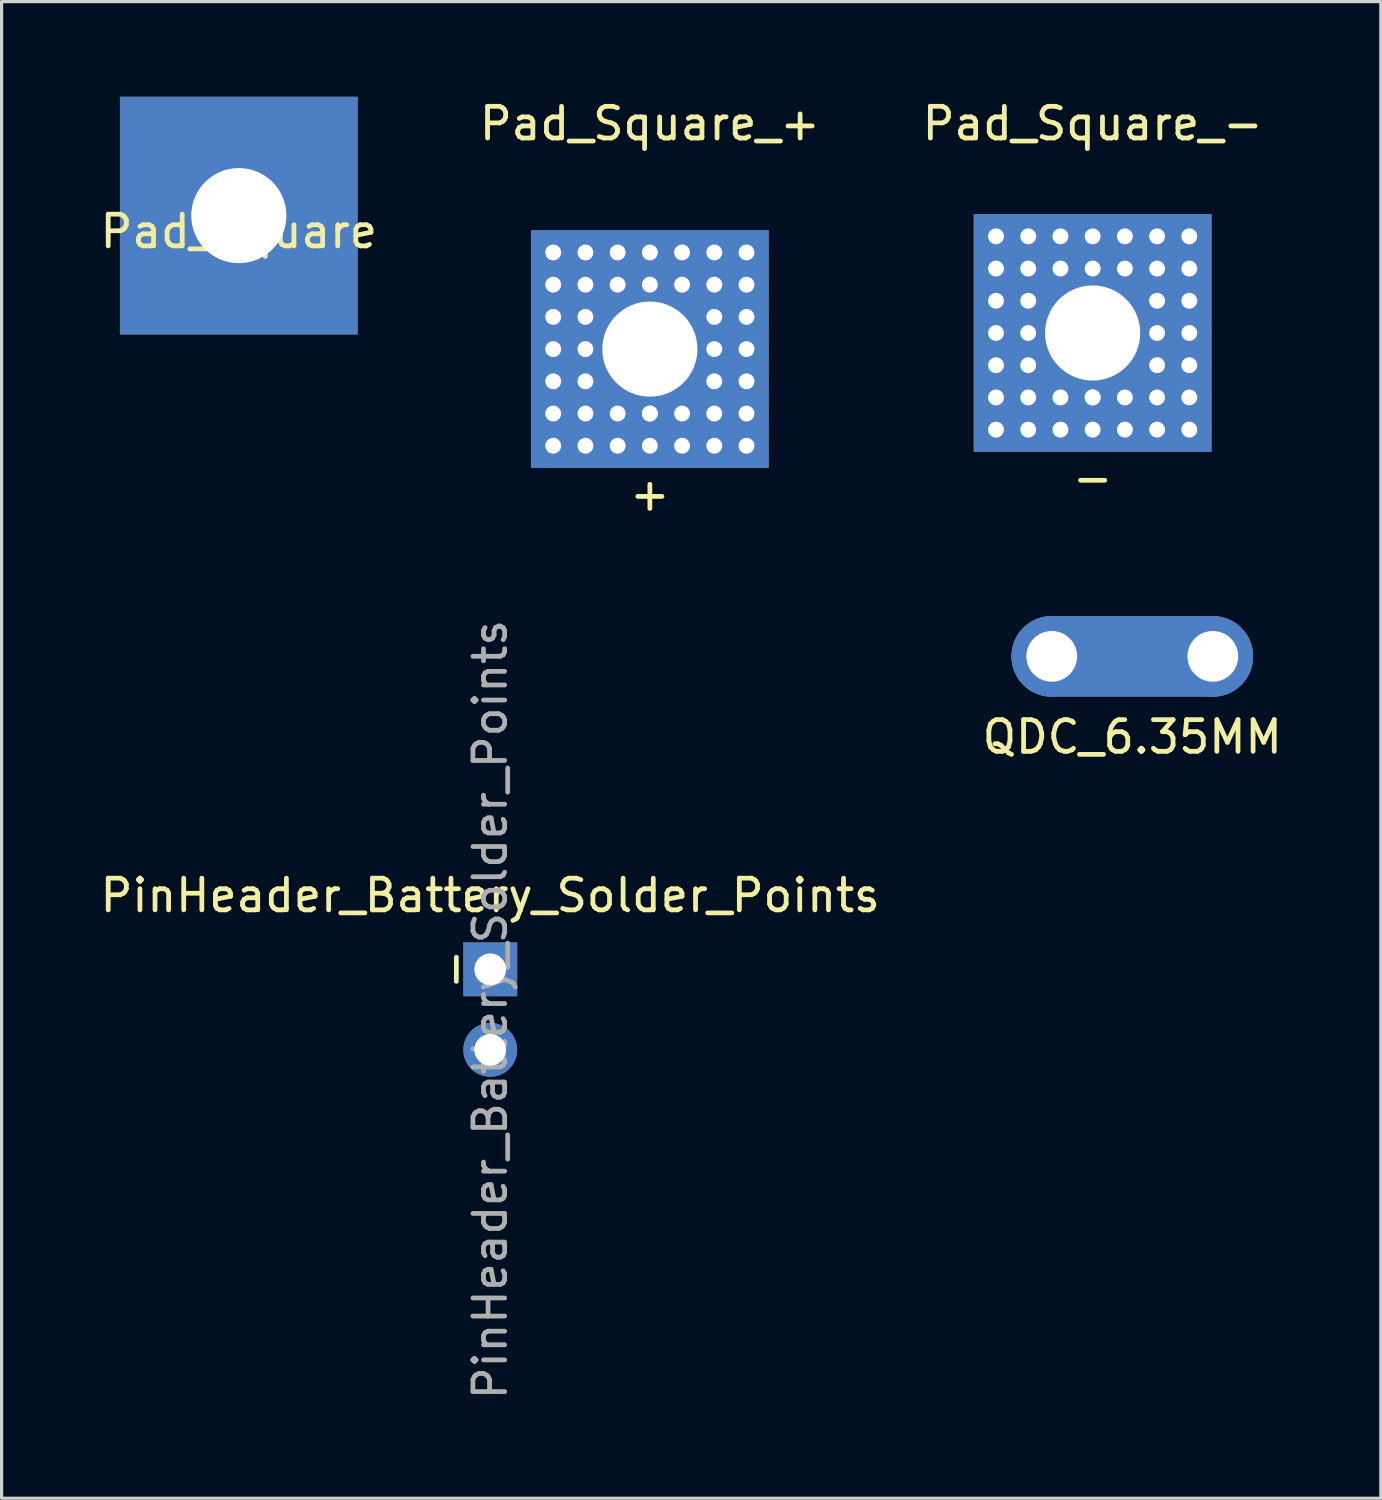
<source format=kicad_pcb>
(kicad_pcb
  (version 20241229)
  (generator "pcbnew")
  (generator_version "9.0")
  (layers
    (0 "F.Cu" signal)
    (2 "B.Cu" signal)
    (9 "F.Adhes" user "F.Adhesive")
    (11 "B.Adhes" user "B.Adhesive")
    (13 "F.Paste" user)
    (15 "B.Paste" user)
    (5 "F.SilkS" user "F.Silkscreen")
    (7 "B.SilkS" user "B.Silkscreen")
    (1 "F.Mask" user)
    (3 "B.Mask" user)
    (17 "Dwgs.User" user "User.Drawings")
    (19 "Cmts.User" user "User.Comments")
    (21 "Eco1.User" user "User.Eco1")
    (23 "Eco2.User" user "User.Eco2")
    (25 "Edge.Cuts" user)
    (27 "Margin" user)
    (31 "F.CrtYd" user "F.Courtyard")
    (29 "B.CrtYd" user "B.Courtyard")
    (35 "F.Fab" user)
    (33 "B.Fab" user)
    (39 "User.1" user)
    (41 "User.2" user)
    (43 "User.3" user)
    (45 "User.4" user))
  (footprint "Pad_Square"
    (layer "F.Cu")
    (at 4.482 3.75)
    (property "Reference" "Pad_Square" (at 0 0.5 0) (layer "F.SilkS") (effects (font (size 1 1) (thickness 0.15))))
    (attr through_hole)
    (pad "1" thru_hole rect (at 0 0) (size 7.5 7.5) (drill 3) (layers "*.Cu" "*.Mask")))
  (footprint "Pad_Square_-"
    (layer "F.Cu")
    (at 31.411 7.452)
    (property "Reference" "Pad_Square_-" (at 0 -6.604 0) (layer "F.SilkS") (effects (font (size 1 1) (thickness 0.15))))
    (attr through_hole)
    (fp_text user "-" (at 0 4.572 0) (layer "F.SilkS") (effects (font (size 1 1) (thickness 0.15))))
    (pad "1" thru_hole circle (at -3.048 -3.048) (size 0.75 0.75) (drill 0.5) (layers "*.Cu" "*.Mask"))
    (pad "1" thru_hole circle (at -3.048 -2.032) (size 0.75 0.75) (drill 0.5) (layers "*.Cu" "*.Mask"))
    (pad "1" thru_hole circle (at -3.048 -1.016) (size 0.75 0.75) (drill 0.5) (layers "*.Cu" "*.Mask"))
    (pad "1" thru_hole circle (at -3.048 0) (size 0.75 0.75) (drill 0.5) (layers "*.Cu" "*.Mask"))
    (pad "1" thru_hole circle (at -3.048 1.016) (size 0.75 0.75) (drill 0.5) (layers "*.Cu" "*.Mask"))
    (pad "1" thru_hole circle (at -3.048 2.032) (size 0.75 0.75) (drill 0.5) (layers "*.Cu" "*.Mask"))
    (pad "1" thru_hole circle (at -3.048 3.048) (size 0.75 0.75) (drill 0.5) (layers "*.Cu" "*.Mask"))
    (pad "1" thru_hole circle (at -2.032 -3.048) (size 0.75 0.75) (drill 0.5) (layers "*.Cu" "*.Mask"))
    (pad "1" thru_hole circle (at -2.032 -2.032) (size 0.75 0.75) (drill 0.5) (layers "*.Cu" "*.Mask"))
    (pad "1" thru_hole circle (at -2.032 -1.016) (size 0.75 0.75) (drill 0.5) (layers "*.Cu" "*.Mask"))
    (pad "1" thru_hole circle (at -2.032 0) (size 0.75 0.75) (drill 0.5) (layers "*.Cu" "*.Mask"))
    (pad "1" thru_hole circle (at -2.032 1.016) (size 0.75 0.75) (drill 0.5) (layers "*.Cu" "*.Mask"))
    (pad "1" thru_hole circle (at -2.032 2.032) (size 0.75 0.75) (drill 0.5) (layers "*.Cu" "*.Mask"))
    (pad "1" thru_hole circle (at -2.032 3.048) (size 0.75 0.75) (drill 0.5) (layers "*.Cu" "*.Mask"))
    (pad "1" thru_hole circle (at -1.016 -3.048) (size 0.75 0.75) (drill 0.5) (layers "*.Cu" "*.Mask"))
    (pad "1" thru_hole circle (at -1.016 -2.032) (size 0.75 0.75) (drill 0.5) (layers "*.Cu" "*.Mask"))
    (pad "1" thru_hole circle (at -1.016 2.032) (size 0.75 0.75) (drill 0.5) (layers "*.Cu" "*.Mask"))
    (pad "1" thru_hole circle (at -1.016 3.048) (size 0.75 0.75) (drill 0.5) (layers "*.Cu" "*.Mask"))
    (pad "1" thru_hole circle (at 0 -3.048) (size 0.75 0.75) (drill 0.5) (layers "*.Cu" "*.Mask"))
    (pad "1" thru_hole circle (at 0 -2.032) (size 0.75 0.75) (drill 0.5) (layers "*.Cu" "*.Mask"))
    (pad "1" thru_hole rect (at 0 0) (size 7.5 7.5) (drill 3) (layers "*.Cu" "*.Mask"))
    (pad "1" thru_hole circle (at 0 2.032) (size 0.75 0.75) (drill 0.5) (layers "*.Cu" "*.Mask"))
    (pad "1" thru_hole circle (at 0 2.032) (size 0.75 0.75) (drill 0.5) (layers "*.Cu" "*.Mask"))
    (pad "1" thru_hole circle (at 0 3.048) (size 0.75 0.75) (drill 0.5) (layers "*.Cu" "*.Mask"))
    (pad "1" thru_hole circle (at 1.016 -3.048) (size 0.75 0.75) (drill 0.5) (layers "*.Cu" "*.Mask"))
    (pad "1" thru_hole circle (at 1.016 -2.032) (size 0.75 0.75) (drill 0.5) (layers "*.Cu" "*.Mask"))
    (pad "1" thru_hole circle (at 1.016 2.032) (size 0.75 0.75) (drill 0.5) (layers "*.Cu" "*.Mask"))
    (pad "1" thru_hole circle (at 1.016 3.048) (size 0.75 0.75) (drill 0.5) (layers "*.Cu" "*.Mask"))
    (pad "1" thru_hole circle (at 2.032 -3.048) (size 0.75 0.75) (drill 0.5) (layers "*.Cu" "*.Mask"))
    (pad "1" thru_hole circle (at 2.032 -2.032) (size 0.75 0.75) (drill 0.5) (layers "*.Cu" "*.Mask"))
    (pad "1" thru_hole circle (at 2.032 -1.016) (size 0.75 0.75) (drill 0.5) (layers "*.Cu" "*.Mask"))
    (pad "1" thru_hole circle (at 2.032 0) (size 0.75 0.75) (drill 0.5) (layers "*.Cu" "*.Mask"))
    (pad "1" thru_hole circle (at 2.032 1.016) (size 0.75 0.75) (drill 0.5) (layers "*.Cu" "*.Mask"))
    (pad "1" thru_hole circle (at 2.032 2.032) (size 0.75 0.75) (drill 0.5) (layers "*.Cu" "*.Mask"))
    (pad "1" thru_hole circle (at 2.032 3.048) (size 0.75 0.75) (drill 0.5) (layers "*.Cu" "*.Mask"))
    (pad "1" thru_hole circle (at 3.048 -3.048) (size 0.75 0.75) (drill 0.5) (layers "*.Cu" "*.Mask"))
    (pad "1" thru_hole circle (at 3.048 -2.032) (size 0.75 0.75) (drill 0.5) (layers "*.Cu" "*.Mask"))
    (pad "1" thru_hole circle (at 3.048 -1.016) (size 0.75 0.75) (drill 0.5) (layers "*.Cu" "*.Mask"))
    (pad "1" thru_hole circle (at 3.048 0) (size 0.75 0.75) (drill 0.5) (layers "*.Cu" "*.Mask"))
    (pad "1" thru_hole circle (at 3.048 1.016) (size 0.75 0.75) (drill 0.5) (layers "*.Cu" "*.Mask"))
    (pad "1" thru_hole circle (at 3.048 2.032) (size 0.75 0.75) (drill 0.5) (layers "*.Cu" "*.Mask"))
    (pad "1" thru_hole circle (at 3.048 3.048) (size 0.75 0.75) (drill 0.5) (layers "*.Cu" "*.Mask")))
  (footprint "PinHeader_Battery_Solder_Points"
    (layer "F.Cu")
    (at 12.411 27.521)
    (property "Reference" "PinHeader_Battery_Solder_Points" (at 0 -2.33 0) (layer "F.SilkS") (effects (font (size 1 1) (thickness 0.15))))
    (attr through_hole)
    (fp_text user "-" (at -1.143 0 270) (layer "F.SilkS") (effects (font (size 1 1) (thickness 0.15))))
    (fp_text user "${REFERENCE}" (at 0 1.27 270) (layer "F.Fab") (effects (font (size 1 1) (thickness 0.15))))
    (pad "1" thru_hole rect (at 0 0) (size 1.7 1.7) (drill 1) (layers "*.Cu" "*.Mask"))
    (pad "2" thru_hole oval (at 0 2.54) (size 1.7 1.7) (drill 1) (layers "*.Cu" "*.Mask")))
  (footprint "QDC_6.35MM"
    (layer "F.Cu")
    (at 32.661 17.651)
    (property "Reference" "QDC_6.35MM" (at 0 2.54 0) (layer "F.SilkS") (effects (font (size 1 1) (thickness 0.15))))
    (attr through_hole)
    (pad "1" thru_hole circle (at -2.54 0) (size 2.54 2.54) (drill 1.6) (layers "*.Cu" "*.Mask"))
    (pad "1" connect oval (at 0 0) (size 7.62 2.54) (layers "F.Cu"))
    (pad "1" connect oval (at 0 0) (size 7.62 2.54) (layers "B.Cu"))
    (pad "1" thru_hole circle (at 2.54 0) (size 2.54 2.54) (drill 1.6) (layers "*.Cu" "*.Mask")))
  (footprint "Pad_Square_+"
    (layer "F.Cu")
    (at 17.446 7.96)
    (property "Reference" "Pad_Square_+" (at 0 -7.112 0) (layer "F.SilkS") (effects (font (size 1 1) (thickness 0.15))))
    (attr through_hole)
    (fp_text user "+" (at 0 4.572 0) (layer "F.SilkS") (effects (font (size 1 1) (thickness 0.15))))
    (pad "1" thru_hole circle (at -3.048 -3.048) (size 0.75 0.75) (drill 0.5) (layers "*.Cu" "*.Mask"))
    (pad "1" thru_hole circle (at -3.048 -2.032) (size 0.75 0.75) (drill 0.5) (layers "*.Cu" "*.Mask"))
    (pad "1" thru_hole circle (at -3.048 -1.016) (size 0.75 0.75) (drill 0.5) (layers "*.Cu" "*.Mask"))
    (pad "1" thru_hole circle (at -3.048 0) (size 0.75 0.75) (drill 0.5) (layers "*.Cu" "*.Mask"))
    (pad "1" thru_hole circle (at -3.048 1.016) (size 0.75 0.75) (drill 0.5) (layers "*.Cu" "*.Mask"))
    (pad "1" thru_hole circle (at -3.048 2.032) (size 0.75 0.75) (drill 0.5) (layers "*.Cu" "*.Mask"))
    (pad "1" thru_hole circle (at -3.048 3.048) (size 0.75 0.75) (drill 0.5) (layers "*.Cu" "*.Mask"))
    (pad "1" thru_hole circle (at -2.032 -3.048) (size 0.75 0.75) (drill 0.5) (layers "*.Cu" "*.Mask"))
    (pad "1" thru_hole circle (at -2.032 -2.032) (size 0.75 0.75) (drill 0.5) (layers "*.Cu" "*.Mask"))
    (pad "1" thru_hole circle (at -2.032 -1.016) (size 0.75 0.75) (drill 0.5) (layers "*.Cu" "*.Mask"))
    (pad "1" thru_hole circle (at -2.032 0) (size 0.75 0.75) (drill 0.5) (layers "*.Cu" "*.Mask"))
    (pad "1" thru_hole circle (at -2.032 1.016) (size 0.75 0.75) (drill 0.5) (layers "*.Cu" "*.Mask"))
    (pad "1" thru_hole circle (at -2.032 2.032) (size 0.75 0.75) (drill 0.5) (layers "*.Cu" "*.Mask"))
    (pad "1" thru_hole circle (at -2.032 3.048) (size 0.75 0.75) (drill 0.5) (layers "*.Cu" "*.Mask"))
    (pad "1" thru_hole circle (at -1.016 -3.048) (size 0.75 0.75) (drill 0.5) (layers "*.Cu" "*.Mask"))
    (pad "1" thru_hole circle (at -1.016 -2.032) (size 0.75 0.75) (drill 0.5) (layers "*.Cu" "*.Mask"))
    (pad "1" thru_hole circle (at -1.016 2.032) (size 0.75 0.75) (drill 0.5) (layers "*.Cu" "*.Mask"))
    (pad "1" thru_hole circle (at -1.016 3.048) (size 0.75 0.75) (drill 0.5) (layers "*.Cu" "*.Mask"))
    (pad "1" thru_hole circle (at 0 -3.048) (size 0.75 0.75) (drill 0.5) (layers "*.Cu" "*.Mask"))
    (pad "1" thru_hole circle (at 0 -2.032) (size 0.75 0.75) (drill 0.5) (layers "*.Cu" "*.Mask"))
    (pad "1" thru_hole rect (at 0 0) (size 7.5 7.5) (drill 3) (layers "*.Cu" "*.Mask"))
    (pad "1" thru_hole circle (at 0 2.032) (size 0.75 0.75) (drill 0.5) (layers "*.Cu" "*.Mask"))
    (pad "1" thru_hole circle (at 0 2.032) (size 0.75 0.75) (drill 0.5) (layers "*.Cu" "*.Mask"))
    (pad "1" thru_hole circle (at 0 3.048) (size 0.75 0.75) (drill 0.5) (layers "*.Cu" "*.Mask"))
    (pad "1" thru_hole circle (at 1.016 -3.048) (size 0.75 0.75) (drill 0.5) (layers "*.Cu" "*.Mask"))
    (pad "1" thru_hole circle (at 1.016 -2.032) (size 0.75 0.75) (drill 0.5) (layers "*.Cu" "*.Mask"))
    (pad "1" thru_hole circle (at 1.016 2.032) (size 0.75 0.75) (drill 0.5) (layers "*.Cu" "*.Mask"))
    (pad "1" thru_hole circle (at 1.016 3.048) (size 0.75 0.75) (drill 0.5) (layers "*.Cu" "*.Mask"))
    (pad "1" thru_hole circle (at 2.032 -3.048) (size 0.75 0.75) (drill 0.5) (layers "*.Cu" "*.Mask"))
    (pad "1" thru_hole circle (at 2.032 -2.032) (size 0.75 0.75) (drill 0.5) (layers "*.Cu" "*.Mask"))
    (pad "1" thru_hole circle (at 2.032 -1.016) (size 0.75 0.75) (drill 0.5) (layers "*.Cu" "*.Mask"))
    (pad "1" thru_hole circle (at 2.032 0) (size 0.75 0.75) (drill 0.5) (layers "*.Cu" "*.Mask"))
    (pad "1" thru_hole circle (at 2.032 1.016) (size 0.75 0.75) (drill 0.5) (layers "*.Cu" "*.Mask"))
    (pad "1" thru_hole circle (at 2.032 2.032) (size 0.75 0.75) (drill 0.5) (layers "*.Cu" "*.Mask"))
    (pad "1" thru_hole circle (at 2.032 3.048) (size 0.75 0.75) (drill 0.5) (layers "*.Cu" "*.Mask"))
    (pad "1" thru_hole circle (at 3.048 -3.048) (size 0.75 0.75) (drill 0.5) (layers "*.Cu" "*.Mask"))
    (pad "1" thru_hole circle (at 3.048 -2.032) (size 0.75 0.75) (drill 0.5) (layers "*.Cu" "*.Mask"))
    (pad "1" thru_hole circle (at 3.048 -1.016) (size 0.75 0.75) (drill 0.5) (layers "*.Cu" "*.Mask"))
    (pad "1" thru_hole circle (at 3.048 0) (size 0.75 0.75) (drill 0.5) (layers "*.Cu" "*.Mask"))
    (pad "1" thru_hole circle (at 3.048 1.016) (size 0.75 0.75) (drill 0.5) (layers "*.Cu" "*.Mask"))
    (pad "1" thru_hole circle (at 3.048 2.032) (size 0.75 0.75) (drill 0.5) (layers "*.Cu" "*.Mask"))
    (pad "1" thru_hole circle (at 3.048 3.048) (size 0.75 0.75) (drill 0.5) (layers "*.Cu" "*.Mask")))
  (gr_rect
    (start -3 -3)
    (end 40.5 44.202)
    (stroke (width 0.1) (type default))
    (fill no)
    (layer "Edge.Cuts")))
</source>
